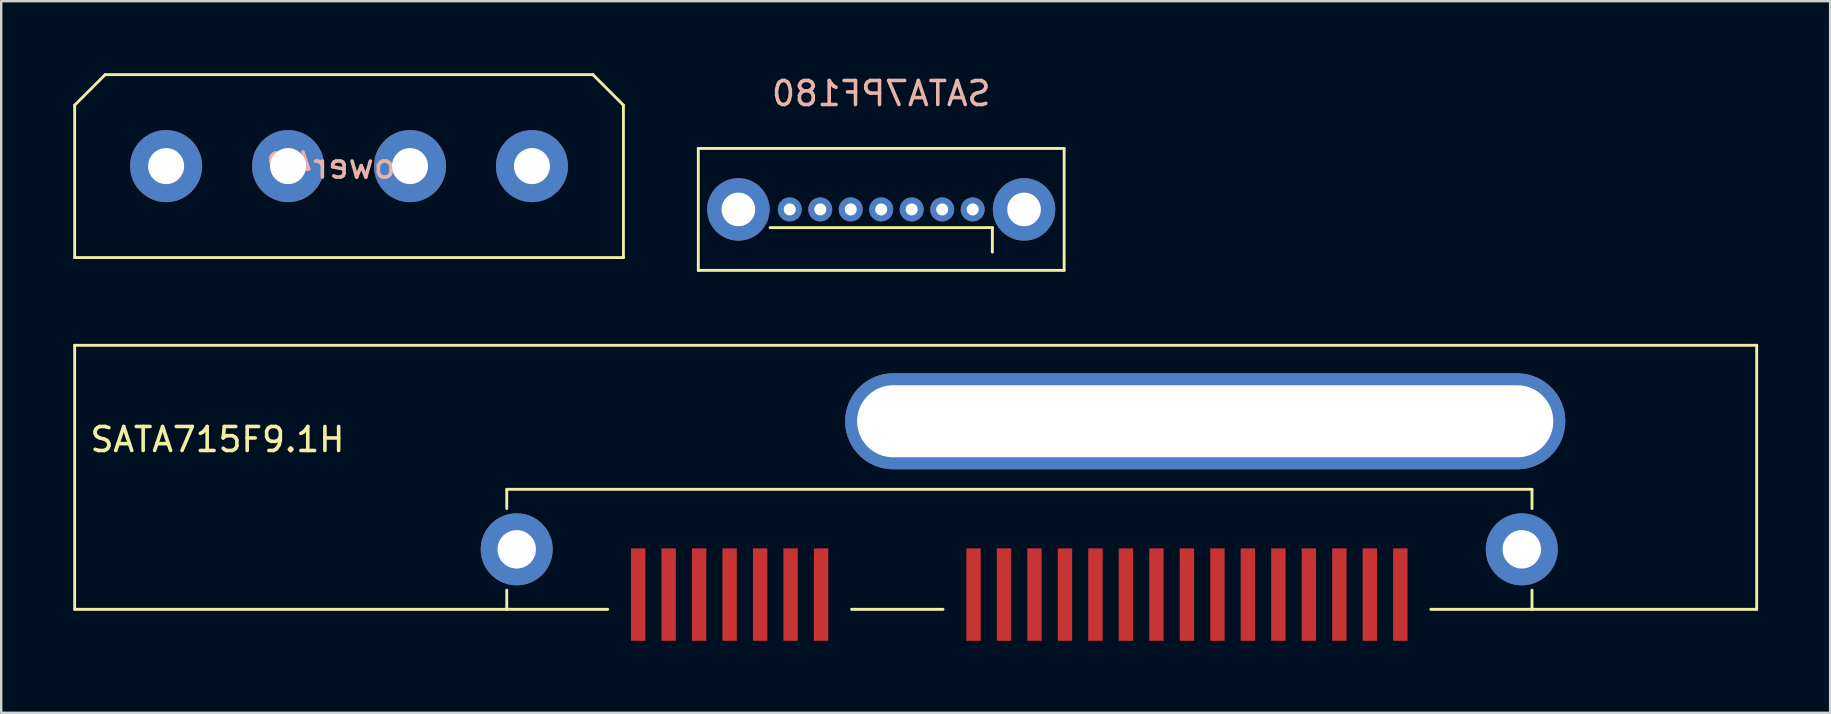
<source format=kicad_pcb>
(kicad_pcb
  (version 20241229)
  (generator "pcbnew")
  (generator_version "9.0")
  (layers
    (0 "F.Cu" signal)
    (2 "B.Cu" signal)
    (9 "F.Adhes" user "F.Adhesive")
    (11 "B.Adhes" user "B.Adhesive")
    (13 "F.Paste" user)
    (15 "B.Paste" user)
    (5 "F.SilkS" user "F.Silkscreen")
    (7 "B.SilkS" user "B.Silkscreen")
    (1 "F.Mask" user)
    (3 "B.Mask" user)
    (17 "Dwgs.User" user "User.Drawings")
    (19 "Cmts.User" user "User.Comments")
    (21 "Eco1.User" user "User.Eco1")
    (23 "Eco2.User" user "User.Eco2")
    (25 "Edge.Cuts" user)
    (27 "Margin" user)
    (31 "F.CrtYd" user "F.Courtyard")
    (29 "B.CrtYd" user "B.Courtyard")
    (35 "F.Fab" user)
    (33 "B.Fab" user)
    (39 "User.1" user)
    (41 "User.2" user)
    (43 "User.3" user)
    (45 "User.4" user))
  (footprint "Power4P"
    (layer "F.Cu")
    (at 11.49 3.87)
    (property "Reference" "Power4P" (at -0.254 0 0) (layer "B.SilkS") (effects (font (size 1 1) (thickness 0.15)) (justify mirror)))
    (attr through_hole)
    (fp_line (start -11.43 -2.54) (end -10.16 -3.81) (stroke (width 0.12) (type solid)) (layer "F.SilkS"))
    (fp_line (start -11.43 3.81) (end -11.43 -2.54) (stroke (width 0.12) (type solid)) (layer "F.SilkS"))
    (fp_line (start -10.16 -3.81) (end 10.16 -3.81) (stroke (width 0.12) (type solid)) (layer "F.SilkS"))
    (fp_line (start 11.43 -2.54) (end 10.16 -3.81) (stroke (width 0.12) (type solid)) (layer "F.SilkS"))
    (fp_line (start 11.43 -2.54) (end 11.43 3.81) (stroke (width 0.12) (type solid)) (layer "F.SilkS"))
    (fp_line (start 11.43 3.81) (end -11.43 3.81) (stroke (width 0.12) (type solid)) (layer "F.SilkS"))
    (pad "1" thru_hole circle (at -7.62 0) (size 3 3) (drill 1.5) (layers "*.Cu" "*.Mask"))
    (pad "2" thru_hole circle (at -2.54 0) (size 3 3) (drill 1.5) (layers "*.Cu" "*.Mask"))
    (pad "3" thru_hole circle (at 2.54 0) (size 3 3) (drill 1.5) (layers "*.Cu" "*.Mask"))
    (pad "4" thru_hole circle (at 7.62 0) (size 3 3) (drill 1.5) (layers "*.Cu" "*.Mask")))
  (footprint "SATA7PF180"
    (layer "F.Cu")
    (at 33.66 5.674)
    (property "Reference" "SATA7PF180" (at 0 -4.826 0) (layer "B.SilkS") (effects (font (size 1 1) (thickness 0.15)) (justify mirror)))
    (attr through_hole)
    (fp_line (start -7.62 -2.54) (end 7.62 -2.54) (stroke (width 0.12) (type solid)) (layer "F.SilkS"))
    (fp_line (start -7.62 2.54) (end -7.62 -2.54) (stroke (width 0.12) (type solid)) (layer "F.SilkS"))
    (fp_line (start -4.63 0.758) (end 4.63 0.758) (stroke (width 0.12) (type solid)) (layer "F.SilkS"))
    (fp_line (start 4.63 0.758) (end 4.63 1.778) (stroke (width 0.12) (type solid)) (layer "F.SilkS"))
    (fp_line (start 7.62 -2.54) (end 7.62 2.54) (stroke (width 0.12) (type solid)) (layer "F.SilkS"))
    (fp_line (start 7.62 2.54) (end -7.62 2.54) (stroke (width 0.12) (type solid)) (layer "F.SilkS"))
    (pad "1" thru_hole circle (at -5.95 0) (size 2.6 2.6) (drill 1.4) (layers "*.Cu" "*.Mask"))
    (pad "1" thru_hole circle (at -3.81 0) (size 1 1) (drill 0.5) (layers "*.Cu" "*.Mask"))
    (pad "2" thru_hole circle (at -2.54 0) (size 1 1) (drill 0.5) (layers "*.Cu" "*.Mask"))
    (pad "3" thru_hole circle (at -1.27 0) (size 1 1) (drill 0.5) (layers "*.Cu" "*.Mask"))
    (pad "4" thru_hole circle (at 0 0) (size 1 1) (drill 0.5) (layers "*.Cu" "*.Mask"))
    (pad "5" thru_hole circle (at 1.27 0) (size 1 1) (drill 0.5) (layers "*.Cu" "*.Mask"))
    (pad "6" thru_hole circle (at 2.54 0) (size 1 1) (drill 0.5) (layers "*.Cu" "*.Mask"))
    (pad "7" thru_hole circle (at 3.81 0) (size 1 1) (drill 0.5) (layers "*.Cu" "*.Mask"))
    (pad "7" thru_hole circle (at 5.95 0) (size 2.6 2.6) (drill 1.4) (layers "*.Cu" "*.Mask")))
  (footprint "SATA715F9.1H"
    (layer "F.Cu")
    (at 37.505 19.834)
    (property "Reference" "SATA715F9.1H" (at -31.496 -4.572 0) (layer "F.SilkS") (effects (font (size 1 1) (thickness 0.15))))
    (attr through_hole)
    (fp_line (start -37.445 -8.5) (end -37.445 2.5) (stroke (width 0.12) (type solid)) (layer "F.SilkS"))
    (fp_line (start -37.445 -8.5) (end 32.625 -8.5) (stroke (width 0.12) (type solid)) (layer "F.SilkS"))
    (fp_line (start -19.445 -2.5) (end 23.256 -2.5) (stroke (width 0.12) (type solid)) (layer "F.SilkS"))
    (fp_line (start -19.445 -1.7) (end -19.445 -2.5) (stroke (width 0.12) (type solid)) (layer "F.SilkS"))
    (fp_line (start -19.445 2.5) (end -37.445 2.5) (stroke (width 0.12) (type solid)) (layer "F.SilkS"))
    (fp_line (start -19.445 2.5) (end -19.445 1.7) (stroke (width 0.12) (type solid)) (layer "F.SilkS"))
    (fp_line (start -15.24 2.5) (end -19.445 2.5) (stroke (width 0.12) (type solid)) (layer "F.SilkS"))
    (fp_line (start -1.27 2.5) (end -5.08 2.5) (stroke (width 0.12) (type solid)) (layer "F.SilkS"))
    (fp_line (start 23.265 -2.5) (end 23.265 -1.7) (stroke (width 0.12) (type solid)) (layer "F.SilkS"))
    (fp_line (start 23.265 1.7) (end 23.265 2.5) (stroke (width 0.12) (type solid)) (layer "F.SilkS"))
    (fp_line (start 23.265 2.5) (end 19.05 2.5) (stroke (width 0.12) (type solid)) (layer "F.SilkS"))
    (fp_line (start 32.625 -8.5) (end 32.625 2.5) (stroke (width 0.12) (type solid)) (layer "F.SilkS"))
    (fp_line (start 32.625 2.5) (end 23.265 2.5) (stroke (width 0.12) (type solid)) (layer "F.SilkS"))
    (pad "1" smd rect (at -13.97 1.885) (size 0.6 3.85) (layers "F.Cu" "F.Mask" "F.Paste"))
    (pad "2" smd rect (at -12.7 1.885) (size 0.6 3.85) (layers "F.Cu" "F.Mask" "F.Paste"))
    (pad "3" smd rect (at -11.43 1.885) (size 0.6 3.85) (layers "F.Cu" "F.Mask" "F.Paste"))
    (pad "4" smd rect (at -10.16 1.885) (size 0.6 3.85) (layers "F.Cu" "F.Mask" "F.Paste"))
    (pad "5" smd rect (at -8.89 1.885) (size 0.6 3.85) (layers "F.Cu" "F.Mask" "F.Paste"))
    (pad "6" smd rect (at -7.62 1.885) (size 0.6 3.85) (layers "F.Cu" "F.Mask" "F.Paste"))
    (pad "7" smd rect (at -6.35 1.885) (size 0.6 3.85) (layers "F.Cu" "F.Mask" "F.Paste"))
    (pad "8" smd rect (at 0 1.885) (size 0.6 3.85) (layers "F.Cu" "F.Mask" "F.Paste"))
    (pad "9" smd rect (at 1.27 1.885) (size 0.6 3.85) (layers "F.Cu" "F.Mask" "F.Paste"))
    (pad "10" smd rect (at 2.54 1.885) (size 0.6 3.85) (layers "F.Cu" "F.Mask" "F.Paste"))
    (pad "11" thru_hole circle (at -19.03 0) (size 3 3) (drill 1.6) (layers "*.Cu" "*.Mask"))
    (pad "11" smd rect (at 3.81 1.885) (size 0.6 3.85) (layers "F.Cu" "F.Mask" "F.Paste"))
    (pad "11" thru_hole oval (at 9.652 -5.334) (size 30 4) (drill oval 29 3) (layers "*.Cu" "*.Mask"))
    (pad "11" thru_hole circle (at 22.84 0) (size 3 3) (drill 1.6) (layers "*.Cu" "*.Mask"))
    (pad "12" smd rect (at 5.08 1.885) (size 0.6 3.85) (layers "F.Cu" "F.Mask" "F.Paste"))
    (pad "13" smd rect (at 6.35 1.885) (size 0.6 3.85) (layers "F.Cu" "F.Mask" "F.Paste"))
    (pad "14" smd rect (at 7.62 1.885) (size 0.6 3.85) (layers "F.Cu" "F.Mask" "F.Paste"))
    (pad "15" smd rect (at 8.89 1.885) (size 0.6 3.85) (layers "F.Cu" "F.Mask" "F.Paste"))
    (pad "16" smd rect (at 10.16 1.885) (size 0.6 3.85) (layers "F.Cu" "F.Mask" "F.Paste"))
    (pad "17" smd rect (at 11.43 1.885) (size 0.6 3.85) (layers "F.Cu" "F.Mask" "F.Paste"))
    (pad "18" smd rect (at 12.7 1.885) (size 0.6 3.85) (layers "F.Cu" "F.Mask" "F.Paste"))
    (pad "19" smd rect (at 13.97 1.885) (size 0.6 3.85) (layers "F.Cu" "F.Mask" "F.Paste"))
    (pad "20" smd rect (at 15.24 1.885) (size 0.6 3.85) (layers "F.Cu" "F.Mask" "F.Paste"))
    (pad "21" smd rect (at 16.51 1.885) (size 0.6 3.85) (layers "F.Cu" "F.Mask" "F.Paste"))
    (pad "22" smd rect (at 17.78 1.885) (size 0.6 3.85) (layers "F.Cu" "F.Mask" "F.Paste")))
  (gr_rect
    (start -3 -3)
    (end 73.19 26.644)
    (stroke (width 0.1) (type default))
    (fill no)
    (layer "Edge.Cuts")))
</source>
